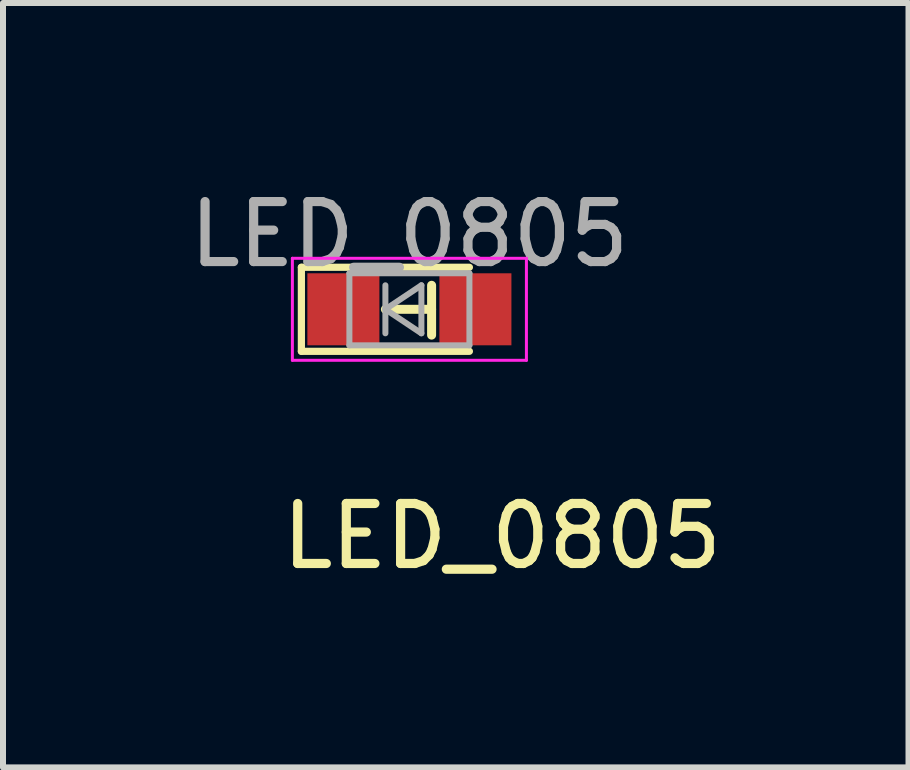
<source format=kicad_pcb>
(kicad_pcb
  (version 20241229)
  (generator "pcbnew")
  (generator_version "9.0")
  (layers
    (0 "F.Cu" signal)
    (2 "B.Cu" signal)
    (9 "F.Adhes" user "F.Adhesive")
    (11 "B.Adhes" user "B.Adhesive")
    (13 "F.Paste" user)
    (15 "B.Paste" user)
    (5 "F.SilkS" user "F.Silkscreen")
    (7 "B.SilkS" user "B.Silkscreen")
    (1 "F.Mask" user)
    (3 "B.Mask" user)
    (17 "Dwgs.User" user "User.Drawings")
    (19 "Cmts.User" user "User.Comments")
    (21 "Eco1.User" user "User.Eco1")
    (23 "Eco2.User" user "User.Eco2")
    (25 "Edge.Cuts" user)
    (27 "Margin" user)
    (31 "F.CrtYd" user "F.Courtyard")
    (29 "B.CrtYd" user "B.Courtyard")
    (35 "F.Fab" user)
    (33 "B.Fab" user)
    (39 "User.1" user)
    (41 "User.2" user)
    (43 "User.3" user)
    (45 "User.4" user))
  (footprint "LED_0805"
    (layer "F.Cu")
    (at 3.772 2.104)
    (property "Reference" "LED_0805" (at 1.544 3.781 180) (layer "F.SilkS") (effects (font (size 1 1) (thickness 0.153))))
    (attr smd)
    (fp_line (start -1.8 -0.7) (end -1.8 0.7) (stroke (width 0.12) (type solid)) (layer "F.SilkS"))
    (fp_line (start -1.8 -0.7) (end 1 -0.7) (stroke (width 0.12) (type solid)) (layer "F.SilkS"))
    (fp_line (start -1.8 0.7) (end 1 0.7) (stroke (width 0.12) (type solid)) (layer "F.SilkS"))
    (fp_line (start -0.4 0) (end 0.37 0) (stroke (width 0.15) (type solid)) (layer "F.SilkS"))
    (fp_line (start 0.37 -0.4) (end 0.37 0.43) (stroke (width 0.15) (type solid)) (layer "F.SilkS"))
    (fp_line (start -1.95 -0.85) (end 1.95 -0.85) (stroke (width 0.05) (type solid)) (layer "F.CrtYd"))
    (fp_line (start -1.95 0.85) (end -1.95 -0.85) (stroke (width 0.05) (type solid)) (layer "F.CrtYd"))
    (fp_line (start 1.95 -0.85) (end 1.95 0.85) (stroke (width 0.05) (type solid)) (layer "F.CrtYd"))
    (fp_line (start 1.95 0.85) (end -1.95 0.85) (stroke (width 0.05) (type solid)) (layer "F.CrtYd"))
    (fp_line (start -1 -0.6) (end 1 -0.6) (stroke (width 0.1) (type solid)) (layer "F.Fab"))
    (fp_line (start -1 0.6) (end -1 -0.6) (stroke (width 0.1) (type solid)) (layer "F.Fab"))
    (fp_line (start -0.4 -0.4) (end -0.4 0.4) (stroke (width 0.1) (type solid)) (layer "F.Fab"))
    (fp_line (start -0.4 0) (end 0.2 -0.4) (stroke (width 0.1) (type solid)) (layer "F.Fab"))
    (fp_line (start 0.2 -0.4) (end 0.2 0.4) (stroke (width 0.1) (type solid)) (layer "F.Fab"))
    (fp_line (start 0.2 0.4) (end -0.4 0) (stroke (width 0.1) (type solid)) (layer "F.Fab"))
    (fp_line (start 1 -0.6) (end 1 0.6) (stroke (width 0.1) (type solid)) (layer "F.Fab"))
    (fp_line (start 1 0.6) (end -1 0.6) (stroke (width 0.1) (type solid)) (layer "F.Fab"))
    (fp_text user "${REFERENCE}" (at 0 -1.25 0) (layer "F.Fab") (effects (font (size 1 1) (thickness 0.153))))
    (pad "1" smd rect (at -1.1 0 180) (size 1.2 1.2) (layers "F.Cu" "F.Mask" "F.Paste"))
    (pad "2" smd rect (at 1.1 0 180) (size 1.2 1.2) (layers "F.Cu" "F.Mask" "F.Paste")))
  (gr_rect
    (start -3 -3)
    (end 12.089 9.738)
    (stroke (width 0.1) (type default))
    (fill no)
    (layer "Edge.Cuts")))
</source>
